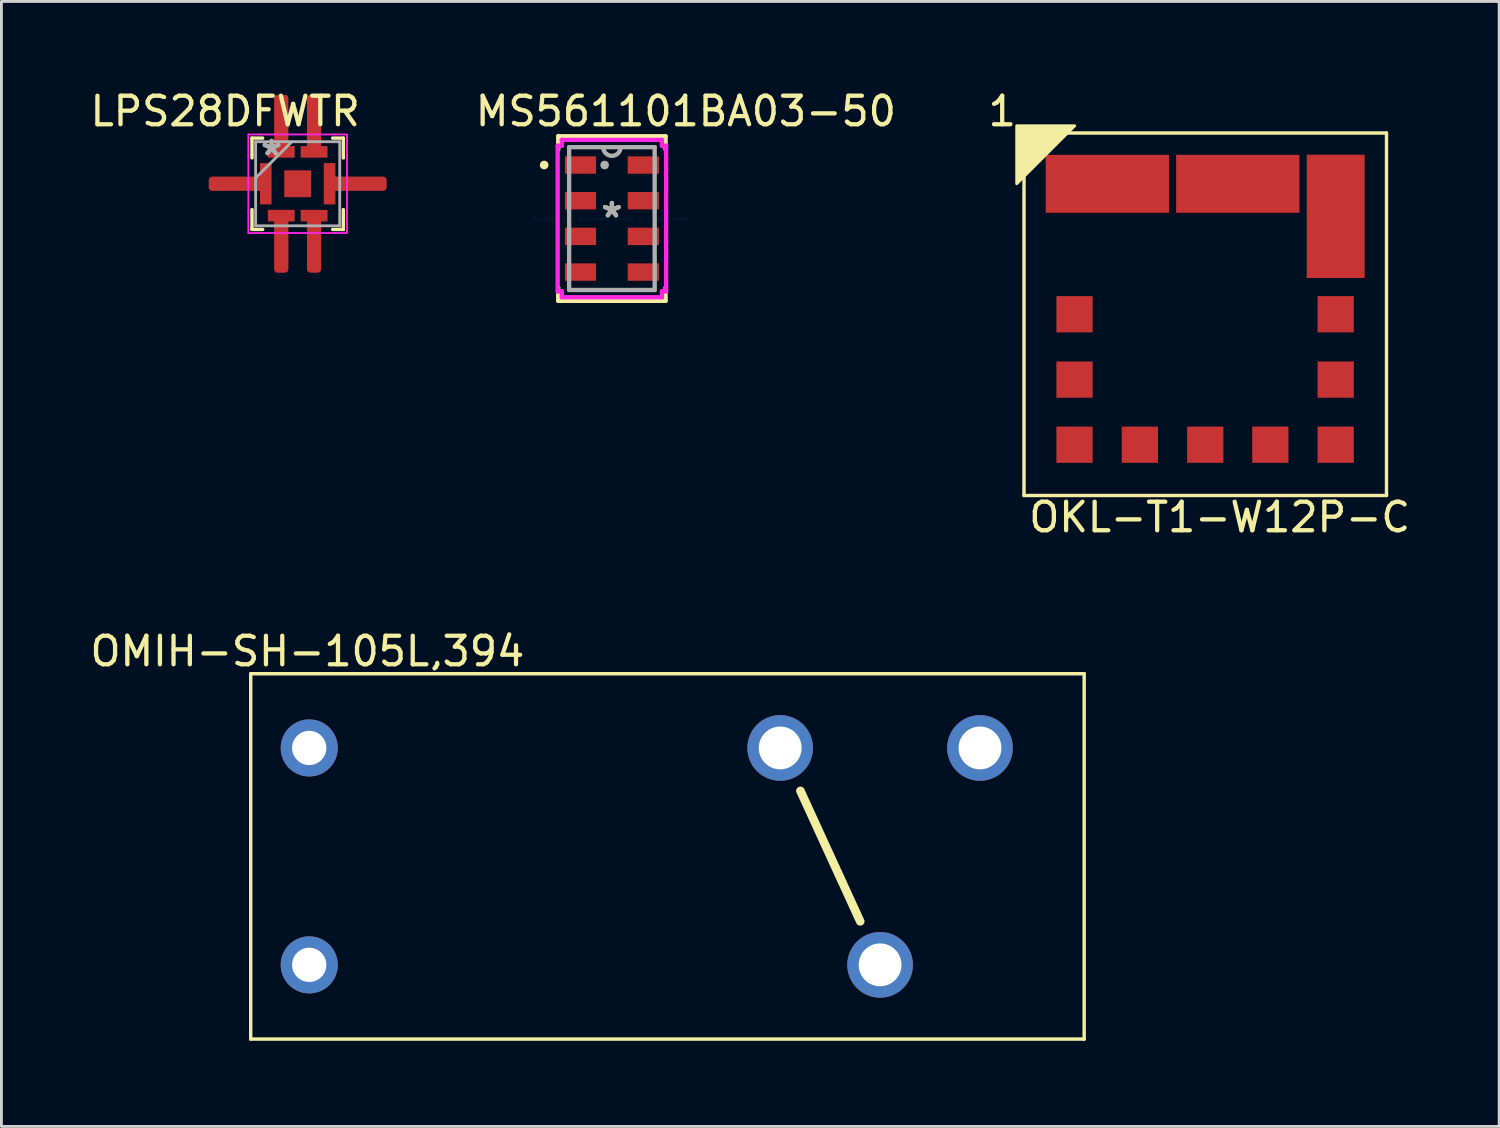
<source format=kicad_pcb>
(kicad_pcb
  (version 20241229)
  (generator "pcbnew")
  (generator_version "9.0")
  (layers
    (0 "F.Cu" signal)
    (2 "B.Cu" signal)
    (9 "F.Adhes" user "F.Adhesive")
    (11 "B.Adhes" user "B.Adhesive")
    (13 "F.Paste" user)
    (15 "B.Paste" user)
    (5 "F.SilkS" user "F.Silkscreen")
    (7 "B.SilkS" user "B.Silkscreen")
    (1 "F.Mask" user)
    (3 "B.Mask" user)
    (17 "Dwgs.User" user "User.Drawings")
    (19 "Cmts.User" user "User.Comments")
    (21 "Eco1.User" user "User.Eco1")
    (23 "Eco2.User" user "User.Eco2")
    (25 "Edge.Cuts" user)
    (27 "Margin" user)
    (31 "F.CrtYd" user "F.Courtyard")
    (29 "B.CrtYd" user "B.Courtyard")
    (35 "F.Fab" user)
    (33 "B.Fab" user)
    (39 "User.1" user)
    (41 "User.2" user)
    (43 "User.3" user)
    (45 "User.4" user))
  (footprint "LPS28DFWTR"
    (layer "F.Cu")
    (at 7.379 3.388)
    (property "Reference" "LPS28DFWTR" (at -2.54 -2.54 0) (layer "F.SilkS") (effects (font (size 1 1) (thickness 0.15))))
    (attr through_hole)
    (fp_line (start -1.6 -1.6) (end -1.6 -0.905) (stroke (width 0.12) (type solid)) (layer "F.SilkS"))
    (fp_line (start -1.6 0.905) (end -1.6 1.6) (stroke (width 0.12) (type solid)) (layer "F.SilkS"))
    (fp_line (start -1.6 1.6) (end -1.226 1.6) (stroke (width 0.12) (type solid)) (layer "F.SilkS"))
    (fp_line (start -1.226 -1.6) (end -1.6 -1.6) (stroke (width 0.12) (type solid)) (layer "F.SilkS"))
    (fp_line (start 1.226 1.6) (end 1.6 1.6) (stroke (width 0.12) (type solid)) (layer "F.SilkS"))
    (fp_line (start 1.6 -1.6) (end 1.226 -1.6) (stroke (width 0.12) (type solid)) (layer "F.SilkS"))
    (fp_line (start 1.6 -0.905) (end 1.6 -1.6) (stroke (width 0.12) (type solid)) (layer "F.SilkS"))
    (fp_line (start 1.6 1.6) (end 1.6 0.905) (stroke (width 0.12) (type solid)) (layer "F.SilkS"))
    (fp_line (start -1.727 -1.727) (end -1.299 -1.727) (stroke (width 0.05) (type solid)) (layer "F.CrtYd"))
    (fp_line (start -1.727 -1.727) (end -1.299 -1.727) (stroke (width 0.05) (type solid)) (layer "F.CrtYd"))
    (fp_line (start -1.727 -0.978) (end -1.727 -1.727) (stroke (width 0.05) (type solid)) (layer "F.CrtYd"))
    (fp_line (start -1.727 -0.978) (end -1.727 -1.727) (stroke (width 0.05) (type solid)) (layer "F.CrtYd"))
    (fp_line (start -1.727 -0.978) (end -1.727 -0.978) (stroke (width 0.05) (type solid)) (layer "F.CrtYd"))
    (fp_line (start -1.727 -0.978) (end -1.727 -0.978) (stroke (width 0.05) (type solid)) (layer "F.CrtYd"))
    (fp_line (start -1.727 0.978) (end -1.727 -0.978) (stroke (width 0.05) (type solid)) (layer "F.CrtYd"))
    (fp_line (start -1.727 0.978) (end -1.727 -0.978) (stroke (width 0.05) (type solid)) (layer "F.CrtYd"))
    (fp_line (start -1.727 0.978) (end -1.727 0.978) (stroke (width 0.05) (type solid)) (layer "F.CrtYd"))
    (fp_line (start -1.727 0.978) (end -1.727 0.978) (stroke (width 0.05) (type solid)) (layer "F.CrtYd"))
    (fp_line (start -1.727 1.727) (end -1.727 0.978) (stroke (width 0.05) (type solid)) (layer "F.CrtYd"))
    (fp_line (start -1.727 1.727) (end -1.727 0.978) (stroke (width 0.05) (type solid)) (layer "F.CrtYd"))
    (fp_line (start -1.727 1.727) (end -1.299 1.727) (stroke (width 0.05) (type solid)) (layer "F.CrtYd"))
    (fp_line (start -1.299 -1.727) (end -1.299 -1.727) (stroke (width 0.05) (type solid)) (layer "F.CrtYd"))
    (fp_line (start -1.299 -1.727) (end -1.299 -1.727) (stroke (width 0.05) (type solid)) (layer "F.CrtYd"))
    (fp_line (start -1.299 -1.727) (end 1.299 -1.727) (stroke (width 0.05) (type solid)) (layer "F.CrtYd"))
    (fp_line (start -1.299 -1.727) (end 1.299 -1.727) (stroke (width 0.05) (type solid)) (layer "F.CrtYd"))
    (fp_line (start -1.299 1.727) (end -1.727 1.727) (stroke (width 0.05) (type solid)) (layer "F.CrtYd"))
    (fp_line (start -1.299 1.727) (end -1.299 1.727) (stroke (width 0.05) (type solid)) (layer "F.CrtYd"))
    (fp_line (start -1.299 1.727) (end -1.299 1.727) (stroke (width 0.05) (type solid)) (layer "F.CrtYd"))
    (fp_line (start -1.299 1.727) (end 1.299 1.727) (stroke (width 0.05) (type solid)) (layer "F.CrtYd"))
    (fp_line (start 1.299 -1.727) (end 1.299 -1.727) (stroke (width 0.05) (type solid)) (layer "F.CrtYd"))
    (fp_line (start 1.299 -1.727) (end 1.299 -1.727) (stroke (width 0.05) (type solid)) (layer "F.CrtYd"))
    (fp_line (start 1.299 -1.727) (end 1.727 -1.727) (stroke (width 0.05) (type solid)) (layer "F.CrtYd"))
    (fp_line (start 1.299 -1.727) (end 1.727 -1.727) (stroke (width 0.05) (type solid)) (layer "F.CrtYd"))
    (fp_line (start 1.299 1.727) (end -1.299 1.727) (stroke (width 0.05) (type solid)) (layer "F.CrtYd"))
    (fp_line (start 1.299 1.727) (end 1.299 1.727) (stroke (width 0.05) (type solid)) (layer "F.CrtYd"))
    (fp_line (start 1.299 1.727) (end 1.299 1.727) (stroke (width 0.05) (type solid)) (layer "F.CrtYd"))
    (fp_line (start 1.299 1.727) (end 1.727 1.727) (stroke (width 0.05) (type solid)) (layer "F.CrtYd"))
    (fp_line (start 1.727 -1.727) (end 1.727 -0.978) (stroke (width 0.05) (type solid)) (layer "F.CrtYd"))
    (fp_line (start 1.727 -0.978) (end 1.727 -1.727) (stroke (width 0.05) (type solid)) (layer "F.CrtYd"))
    (fp_line (start 1.727 -0.978) (end 1.727 -0.978) (stroke (width 0.05) (type solid)) (layer "F.CrtYd"))
    (fp_line (start 1.727 -0.978) (end 1.727 -0.978) (stroke (width 0.05) (type solid)) (layer "F.CrtYd"))
    (fp_line (start 1.727 -0.978) (end 1.727 0.978) (stroke (width 0.05) (type solid)) (layer "F.CrtYd"))
    (fp_line (start 1.727 0.978) (end 1.727 -0.978) (stroke (width 0.05) (type solid)) (layer "F.CrtYd"))
    (fp_line (start 1.727 0.978) (end 1.727 0.978) (stroke (width 0.05) (type solid)) (layer "F.CrtYd"))
    (fp_line (start 1.727 0.978) (end 1.727 0.978) (stroke (width 0.05) (type solid)) (layer "F.CrtYd"))
    (fp_line (start 1.727 0.978) (end 1.727 1.727) (stroke (width 0.05) (type solid)) (layer "F.CrtYd"))
    (fp_line (start 1.727 1.727) (end 1.299 1.727) (stroke (width 0.05) (type solid)) (layer "F.CrtYd"))
    (fp_line (start 1.727 1.727) (end 1.727 0.978) (stroke (width 0.05) (type solid)) (layer "F.CrtYd"))
    (fp_line (start -1.473 -1.473) (end -1.473 1.473) (stroke (width 0.1) (type solid)) (layer "F.Fab"))
    (fp_line (start -1.473 -0.203) (end -0.203 -1.473) (stroke (width 0.1) (type solid)) (layer "F.Fab"))
    (fp_line (start -1.473 1.473) (end 1.473 1.473) (stroke (width 0.1) (type solid)) (layer "F.Fab"))
    (fp_line (start 1.473 -1.473) (end -1.473 -1.473) (stroke (width 0.1) (type solid)) (layer "F.Fab"))
    (fp_line (start 1.473 1.473) (end 1.473 -1.473) (stroke (width 0.1) (type solid)) (layer "F.Fab"))
    (fp_text user "*" (at -0.914 -0.956 0) (layer "F.Fab") (effects (font (size 1 1) (thickness 0.15))))
    (fp_text user "*" (at -0.914 -0.956 0) (layer "F.Fab") (effects (font (size 1 1) (thickness 0.15))))
    (pad "1" smd roundrect (at -2.118 0) (size 2 0.5) (layers "F.Cu" "F.Mask" "F.Paste") (roundrect_rratio 0.25))
    (pad "1" smd rect (at -1.118 0 90) (size 1.448 0.406) (layers "F.Cu" "F.Mask" "F.Paste"))
    (pad "2" smd rect (at -0.575 1.118) (size 0.94 0.406) (layers "F.Cu" "F.Mask" "F.Paste"))
    (pad "2" smd roundrect (at -0.575 2.118 270) (size 2 0.5) (layers "F.Cu" "F.Mask" "F.Paste") (roundrect_rratio 0.25))
    (pad "3" smd rect (at 0.575 1.118) (size 0.94 0.406) (layers "F.Cu" "F.Mask" "F.Paste"))
    (pad "3" smd roundrect (at 0.575 2.118 90) (size 2 0.5) (layers "F.Cu" "F.Mask" "F.Paste") (roundrect_rratio 0.25))
    (pad "4" smd rect (at 1.118 0 90) (size 1.448 0.406) (layers "F.Cu" "F.Mask" "F.Paste"))
    (pad "4" smd roundrect (at 2.118 0) (size 2 0.5) (layers "F.Cu" "F.Mask" "F.Paste") (roundrect_rratio 0.25))
    (pad "5" smd roundrect (at 0.575 -2.118 90) (size 2 0.5) (layers "F.Cu" "F.Mask" "F.Paste") (roundrect_rratio 0.25))
    (pad "5" smd rect (at 0.575 -1.118) (size 0.94 0.406) (layers "F.Cu" "F.Mask" "F.Paste"))
    (pad "6" smd roundrect (at -0.575 -2.118 90) (size 2 0.5) (layers "F.Cu" "F.Mask" "F.Paste") (roundrect_rratio 0.25))
    (pad "6" smd rect (at -0.575 -1.118) (size 0.94 0.406) (layers "F.Cu" "F.Mask" "F.Paste"))
    (pad "7" smd rect (at 0 0) (size 0.94 0.94) (layers "F.Cu" "F.Mask" "F.Paste")))
  (footprint "OKL-T1-W12P-C"
    (layer "F.Cu")
    (at 43.746 7.96)
    (property "Reference" "OKL-T1-W12P-C" (at -4.064 7.112 0) (layer "F.SilkS") (effects (font (size 1 1) (thickness 0.15))))
    (attr through_hole)
    (fp_line (start -10.92 -6.35) (end -10.92 6.35) (stroke (width 0.12) (type solid)) (layer "F.SilkS"))
    (fp_line (start -10.92 -6.35) (end 1.78 -6.35) (stroke (width 0.12) (type solid)) (layer "F.SilkS"))
    (fp_line (start -10.92 6.35) (end 1.78 6.35) (stroke (width 0.12) (type solid)) (layer "F.SilkS"))
    (fp_line (start 1.78 -6.35) (end 1.78 6.35) (stroke (width 0.12) (type solid)) (layer "F.SilkS"))
    (fp_poly (pts (xy -11.176 -4.572) (xy -11.176 -6.604) (xy -9.144 -6.604)) (stroke (width 0.1) (type solid)) (fill yes) (layer "F.SilkS"))
    (fp_text user "1" (at -11.684 -7.112 0) (layer "F.SilkS") (effects (font (size 1 1) (thickness 0.15))))
    (pad "1" smd rect (at -9.15 0) (size 1.27 1.27) (layers "F.Cu" "F.Mask" "F.Paste"))
    (pad "2" smd rect (at -8 -4.57 90) (size 2.03 4.32) (layers "F.Cu" "F.Mask" "F.Paste"))
    (pad "3" smd rect (at -3.43 -4.57 90) (size 2.03 4.32) (layers "F.Cu" "F.Mask" "F.Paste"))
    (pad "4" smd rect (at 0 -3.43) (size 2.03 4.32) (layers "F.Cu" "F.Mask" "F.Paste"))
    (pad "5" smd rect (at 0 0) (size 1.27 1.27) (layers "F.Cu" "F.Mask" "F.Paste"))
    (pad "6" smd rect (at 0 4.57) (size 1.27 1.27) (layers "F.Cu" "F.Mask" "F.Paste"))
    (pad "7" smd rect (at -4.57 4.57) (size 1.27 1.27) (layers "F.Cu" "F.Mask" "F.Paste"))
    (pad "8" smd rect (at -6.86 4.57) (size 1.27 1.27) (layers "F.Cu" "F.Mask" "F.Paste"))
    (pad "9" smd rect (at -9.15 4.57) (size 1.27 1.27) (layers "F.Cu" "F.Mask" "F.Paste"))
    (pad "10" smd rect (at -9.15 2.29) (size 1.27 1.27) (layers "F.Cu" "F.Mask" "F.Paste"))
    (pad "11" smd rect (at 0 2.29) (size 1.27 1.27) (layers "F.Cu" "F.Mask" "F.Paste"))
    (pad "12" smd rect (at -2.29 4.57) (size 1.27 1.27) (layers "F.Cu" "F.Mask" "F.Paste")))
  (footprint "MS561101BA03-50"
    (layer "F.Cu")
    (at 18.388 4.607)
    (property "Reference" "MS561101BA03-50" (at 2.591 -3.759 0) (layer "F.SilkS") (effects (font (size 1 1) (thickness 0.15))))
    (attr through_hole)
    (fp_line (start -1.646 -2.18) (end -1.646 -1.57) (stroke (width 0.152) (type solid)) (layer "F.Mask"))
    (fp_line (start -1.646 -1.57) (end -0.554 -1.57) (stroke (width 0.152) (type solid)) (layer "F.Mask"))
    (fp_line (start -1.646 -0.93) (end -1.646 -0.32) (stroke (width 0.152) (type solid)) (layer "F.Mask"))
    (fp_line (start -1.646 -0.32) (end -0.554 -0.32) (stroke (width 0.152) (type solid)) (layer "F.Mask"))
    (fp_line (start -1.646 0.32) (end -1.646 0.93) (stroke (width 0.152) (type solid)) (layer "F.Mask"))
    (fp_line (start -1.646 0.93) (end -0.554 0.93) (stroke (width 0.152) (type solid)) (layer "F.Mask"))
    (fp_line (start -1.646 1.57) (end -1.646 2.18) (stroke (width 0.152) (type solid)) (layer "F.Mask"))
    (fp_line (start -1.646 2.18) (end -0.554 2.18) (stroke (width 0.152) (type solid)) (layer "F.Mask"))
    (fp_line (start -0.554 -2.18) (end -1.646 -2.18) (stroke (width 0.152) (type solid)) (layer "F.Mask"))
    (fp_line (start -0.554 -1.57) (end -0.554 -2.18) (stroke (width 0.152) (type solid)) (layer "F.Mask"))
    (fp_line (start -0.554 -0.93) (end -1.646 -0.93) (stroke (width 0.152) (type solid)) (layer "F.Mask"))
    (fp_line (start -0.554 -0.32) (end -0.554 -0.93) (stroke (width 0.152) (type solid)) (layer "F.Mask"))
    (fp_line (start -0.554 0.32) (end -1.646 0.32) (stroke (width 0.152) (type solid)) (layer "F.Mask"))
    (fp_line (start -0.554 0.93) (end -0.554 0.32) (stroke (width 0.152) (type solid)) (layer "F.Mask"))
    (fp_line (start -0.554 1.57) (end -1.646 1.57) (stroke (width 0.152) (type solid)) (layer "F.Mask"))
    (fp_line (start -0.554 2.18) (end -0.554 1.57) (stroke (width 0.152) (type solid)) (layer "F.Mask"))
    (fp_line (start 0.554 -2.18) (end 0.554 -1.57) (stroke (width 0.152) (type solid)) (layer "F.Mask"))
    (fp_line (start 0.554 -1.57) (end 1.646 -1.57) (stroke (width 0.152) (type solid)) (layer "F.Mask"))
    (fp_line (start 0.554 -0.93) (end 0.554 -0.32) (stroke (width 0.152) (type solid)) (layer "F.Mask"))
    (fp_line (start 0.554 -0.32) (end 1.646 -0.32) (stroke (width 0.152) (type solid)) (layer "F.Mask"))
    (fp_line (start 0.554 0.32) (end 0.554 0.93) (stroke (width 0.152) (type solid)) (layer "F.Mask"))
    (fp_line (start 0.554 0.93) (end 1.646 0.93) (stroke (width 0.152) (type solid)) (layer "F.Mask"))
    (fp_line (start 0.554 1.57) (end 0.554 2.18) (stroke (width 0.152) (type solid)) (layer "F.Mask"))
    (fp_line (start 0.554 2.18) (end 1.646 2.18) (stroke (width 0.152) (type solid)) (layer "F.Mask"))
    (fp_line (start 1.646 -2.18) (end 0.554 -2.18) (stroke (width 0.152) (type solid)) (layer "F.Mask"))
    (fp_line (start 1.646 -1.57) (end 1.646 -2.18) (stroke (width 0.152) (type solid)) (layer "F.Mask"))
    (fp_line (start 1.646 -0.93) (end 0.554 -0.93) (stroke (width 0.152) (type solid)) (layer "F.Mask"))
    (fp_line (start 1.646 -0.32) (end 1.646 -0.93) (stroke (width 0.152) (type solid)) (layer "F.Mask"))
    (fp_line (start 1.646 0.32) (end 0.554 0.32) (stroke (width 0.152) (type solid)) (layer "F.Mask"))
    (fp_line (start 1.646 0.93) (end 1.646 0.32) (stroke (width 0.152) (type solid)) (layer "F.Mask"))
    (fp_line (start 1.646 1.57) (end 0.554 1.57) (stroke (width 0.152) (type solid)) (layer "F.Mask"))
    (fp_line (start 1.646 2.18) (end 1.646 1.57) (stroke (width 0.152) (type solid)) (layer "F.Mask"))
    (fp_line (start -1.88 -2.883) (end -1.88 -2.417) (stroke (width 0.152) (type solid)) (layer "F.SilkS"))
    (fp_line (start -1.88 2.417) (end -1.88 2.883) (stroke (width 0.152) (type solid)) (layer "F.SilkS"))
    (fp_line (start -1.88 2.883) (end 1.88 2.883) (stroke (width 0.152) (type solid)) (layer "F.SilkS"))
    (fp_line (start 1.88 -2.883) (end -1.88 -2.883) (stroke (width 0.152) (type solid)) (layer "F.SilkS"))
    (fp_line (start 1.88 -2.417) (end 1.88 -2.883) (stroke (width 0.152) (type solid)) (layer "F.SilkS"))
    (fp_line (start 1.88 2.883) (end 1.88 2.417) (stroke (width 0.152) (type solid)) (layer "F.SilkS"))
    (fp_circle (center -2.373 -1.875) (end -2.296 -1.875) (stroke (width 0.152) (type solid)) (fill no) (layer "F.SilkS"))
    (fp_line (start -1.646 -2.18) (end -1.646 -1.57) (stroke (width 0.152) (type solid)) (layer "F.Paste"))
    (fp_line (start -1.646 -1.57) (end -0.554 -1.57) (stroke (width 0.152) (type solid)) (layer "F.Paste"))
    (fp_line (start -1.646 -0.93) (end -1.646 -0.32) (stroke (width 0.152) (type solid)) (layer "F.Paste"))
    (fp_line (start -1.646 -0.32) (end -0.554 -0.32) (stroke (width 0.152) (type solid)) (layer "F.Paste"))
    (fp_line (start -1.646 0.32) (end -1.646 0.93) (stroke (width 0.152) (type solid)) (layer "F.Paste"))
    (fp_line (start -1.646 0.93) (end -0.554 0.93) (stroke (width 0.152) (type solid)) (layer "F.Paste"))
    (fp_line (start -1.646 1.57) (end -1.646 2.18) (stroke (width 0.152) (type solid)) (layer "F.Paste"))
    (fp_line (start -1.646 2.18) (end -0.554 2.18) (stroke (width 0.152) (type solid)) (layer "F.Paste"))
    (fp_line (start -0.554 -2.18) (end -1.646 -2.18) (stroke (width 0.152) (type solid)) (layer "F.Paste"))
    (fp_line (start -0.554 -1.57) (end -0.554 -2.18) (stroke (width 0.152) (type solid)) (layer "F.Paste"))
    (fp_line (start -0.554 -0.93) (end -1.646 -0.93) (stroke (width 0.152) (type solid)) (layer "F.Paste"))
    (fp_line (start -0.554 -0.32) (end -0.554 -0.93) (stroke (width 0.152) (type solid)) (layer "F.Paste"))
    (fp_line (start -0.554 0.32) (end -1.646 0.32) (stroke (width 0.152) (type solid)) (layer "F.Paste"))
    (fp_line (start -0.554 0.93) (end -0.554 0.32) (stroke (width 0.152) (type solid)) (layer "F.Paste"))
    (fp_line (start -0.554 1.57) (end -1.646 1.57) (stroke (width 0.152) (type solid)) (layer "F.Paste"))
    (fp_line (start -0.554 2.18) (end -0.554 1.57) (stroke (width 0.152) (type solid)) (layer "F.Paste"))
    (fp_line (start 0.554 -2.18) (end 0.554 -1.57) (stroke (width 0.152) (type solid)) (layer "F.Paste"))
    (fp_line (start 0.554 -1.57) (end 1.646 -1.57) (stroke (width 0.152) (type solid)) (layer "F.Paste"))
    (fp_line (start 0.554 -0.93) (end 0.554 -0.32) (stroke (width 0.152) (type solid)) (layer "F.Paste"))
    (fp_line (start 0.554 -0.32) (end 1.646 -0.32) (stroke (width 0.152) (type solid)) (layer "F.Paste"))
    (fp_line (start 0.554 0.32) (end 0.554 0.93) (stroke (width 0.152) (type solid)) (layer "F.Paste"))
    (fp_line (start 0.554 0.93) (end 1.646 0.93) (stroke (width 0.152) (type solid)) (layer "F.Paste"))
    (fp_line (start 0.554 1.57) (end 0.554 2.18) (stroke (width 0.152) (type solid)) (layer "F.Paste"))
    (fp_line (start 0.554 2.18) (end 1.646 2.18) (stroke (width 0.152) (type solid)) (layer "F.Paste"))
    (fp_line (start 1.646 -2.18) (end 0.554 -2.18) (stroke (width 0.152) (type solid)) (layer "F.Paste"))
    (fp_line (start 1.646 -1.57) (end 1.646 -2.18) (stroke (width 0.152) (type solid)) (layer "F.Paste"))
    (fp_line (start 1.646 -0.93) (end 0.554 -0.93) (stroke (width 0.152) (type solid)) (layer "F.Paste"))
    (fp_line (start 1.646 -0.32) (end 1.646 -0.93) (stroke (width 0.152) (type solid)) (layer "F.Paste"))
    (fp_line (start 1.646 0.32) (end 0.554 0.32) (stroke (width 0.152) (type solid)) (layer "F.Paste"))
    (fp_line (start 1.646 0.93) (end 1.646 0.32) (stroke (width 0.152) (type solid)) (layer "F.Paste"))
    (fp_line (start 1.646 1.57) (end 0.554 1.57) (stroke (width 0.152) (type solid)) (layer "F.Paste"))
    (fp_line (start 1.646 2.18) (end 1.646 1.57) (stroke (width 0.152) (type solid)) (layer "F.Paste"))
    (fp_line (start -1.9 -2.551) (end -1.753 -2.551) (stroke (width 0.152) (type solid)) (layer "F.CrtYd"))
    (fp_line (start -1.9 2.551) (end -1.9 -2.551) (stroke (width 0.152) (type solid)) (layer "F.CrtYd"))
    (fp_line (start -1.753 -2.756) (end 1.753 -2.756) (stroke (width 0.152) (type solid)) (layer "F.CrtYd"))
    (fp_line (start -1.753 -2.551) (end -1.753 -2.756) (stroke (width 0.152) (type solid)) (layer "F.CrtYd"))
    (fp_line (start -1.753 2.551) (end -1.9 2.551) (stroke (width 0.152) (type solid)) (layer "F.CrtYd"))
    (fp_line (start -1.753 2.756) (end -1.753 2.551) (stroke (width 0.152) (type solid)) (layer "F.CrtYd"))
    (fp_line (start 1.753 -2.756) (end 1.753 -2.551) (stroke (width 0.152) (type solid)) (layer "F.CrtYd"))
    (fp_line (start 1.753 -2.551) (end 1.9 -2.551) (stroke (width 0.152) (type solid)) (layer "F.CrtYd"))
    (fp_line (start 1.753 2.551) (end 1.753 2.756) (stroke (width 0.152) (type solid)) (layer "F.CrtYd"))
    (fp_line (start 1.753 2.756) (end -1.753 2.756) (stroke (width 0.152) (type solid)) (layer "F.CrtYd"))
    (fp_line (start 1.9 -2.551) (end 1.9 2.551) (stroke (width 0.152) (type solid)) (layer "F.CrtYd"))
    (fp_line (start 1.9 2.551) (end 1.753 2.551) (stroke (width 0.152) (type solid)) (layer "F.CrtYd"))
    (fp_line (start -1.499 -2.502) (end -1.499 2.502) (stroke (width 0.152) (type solid)) (layer "F.Fab"))
    (fp_line (start -1.499 2.502) (end 1.499 2.502) (stroke (width 0.152) (type solid)) (layer "F.Fab"))
    (fp_line (start 1.499 -2.502) (end -1.499 -2.502) (stroke (width 0.152) (type solid)) (layer "F.Fab"))
    (fp_line (start 1.499 2.502) (end 1.499 -2.502) (stroke (width 0.152) (type solid)) (layer "F.Fab"))
    (fp_arc (start 0.3048 -2.5019) (mid 0 -2.1971) (end -0.3048 -2.5019) (stroke (width 0.1524) (type solid)) (layer "F.Fab"))
    (fp_circle (center -0.254 -1.875) (end -0.178 -1.875) (stroke (width 0.152) (type solid)) (fill no) (layer "F.Fab"))
    (fp_text user "*" (at 0 0 0) (layer "F.SilkS") (effects (font (size 1 1) (thickness 0.15))))
    (fp_text user "Copyright 2016 Accelerated Designs. All rights reserved." (at 0 0 0) (layer "Cmts.User") (effects (font (size 0.127 0.127) (thickness 0.002))))
    (fp_text user "*" (at 0 0 0) (layer "F.Fab") (effects (font (size 1 1) (thickness 0.15))))
    (pad "1" smd rect (at -1.1 -1.875) (size 1.092 0.61) (layers "F.Cu" "F.Mask" "F.Paste"))
    (pad "2" smd rect (at -1.1 -0.625) (size 1.092 0.61) (layers "F.Cu" "F.Mask" "F.Paste"))
    (pad "3" smd rect (at -1.1 0.625) (size 1.092 0.61) (layers "F.Cu" "F.Mask" "F.Paste"))
    (pad "4" smd rect (at -1.1 1.875) (size 1.092 0.61) (layers "F.Cu" "F.Mask" "F.Paste"))
    (pad "5" smd rect (at 1.1 1.875) (size 1.092 0.61) (layers "F.Cu" "F.Mask" "F.Paste"))
    (pad "6" smd rect (at 1.1 0.625) (size 1.092 0.61) (layers "F.Cu" "F.Mask" "F.Paste"))
    (pad "7" smd rect (at 1.1 -0.625) (size 1.092 0.61) (layers "F.Cu" "F.Mask" "F.Paste"))
    (pad "8" smd rect (at 1.1 -1.875) (size 1.092 0.61) (layers "F.Cu" "F.Mask" "F.Paste")))
  (footprint "OMIH-SH-105L,394"
    (layer "F.Cu")
    (at 7.784 30.754)
    (property "Reference" "OMIH-SH-105L,394" (at -0.064 -10.986 0) (layer "F.SilkS") (effects (font (size 1 1) (thickness 0.15))))
    (attr through_hole)
    (fp_line (start -2.05 -10.2) (end 27.15 -10.2) (stroke (width 0.12) (type solid)) (layer "F.SilkS"))
    (fp_line (start -2.05 2.6) (end -2.05 -10.2) (stroke (width 0.12) (type solid)) (layer "F.SilkS"))
    (fp_line (start -2.05 2.6) (end 27.15 2.6) (stroke (width 0.12) (type solid)) (layer "F.SilkS"))
    (fp_line (start 19.304 -1.524) (end 17.209 -6.096) (stroke (width 0.3) (type solid)) (layer "F.SilkS"))
    (fp_line (start 27.15 2.6) (end 27.15 -10.2) (stroke (width 0.12) (type solid)) (layer "F.SilkS"))
    (pad "1" thru_hole circle (at 0 0) (size 2 2) (drill 1.2) (layers "*.Cu" "*.Mask"))
    (pad "2" thru_hole circle (at 0 -7.6) (size 2 2) (drill 1.2) (layers "*.Cu" "*.Mask"))
    (pad "3" thru_hole circle (at 23.5 -7.6) (size 2.3 2.3) (drill 1.5) (layers "*.Cu" "*.Mask"))
    (pad "4" thru_hole circle (at 16.5 -7.6) (size 2.3 2.3) (drill 1.5) (layers "*.Cu" "*.Mask"))
    (pad "5" thru_hole circle (at 20 0) (size 2.3 2.3) (drill 1.5) (layers "*.Cu" "*.Mask")))
  (gr_rect
    (start -3 -3)
    (end 49.474 36.414)
    (stroke (width 0.1) (type default))
    (fill no)
    (layer "Edge.Cuts")))
</source>
